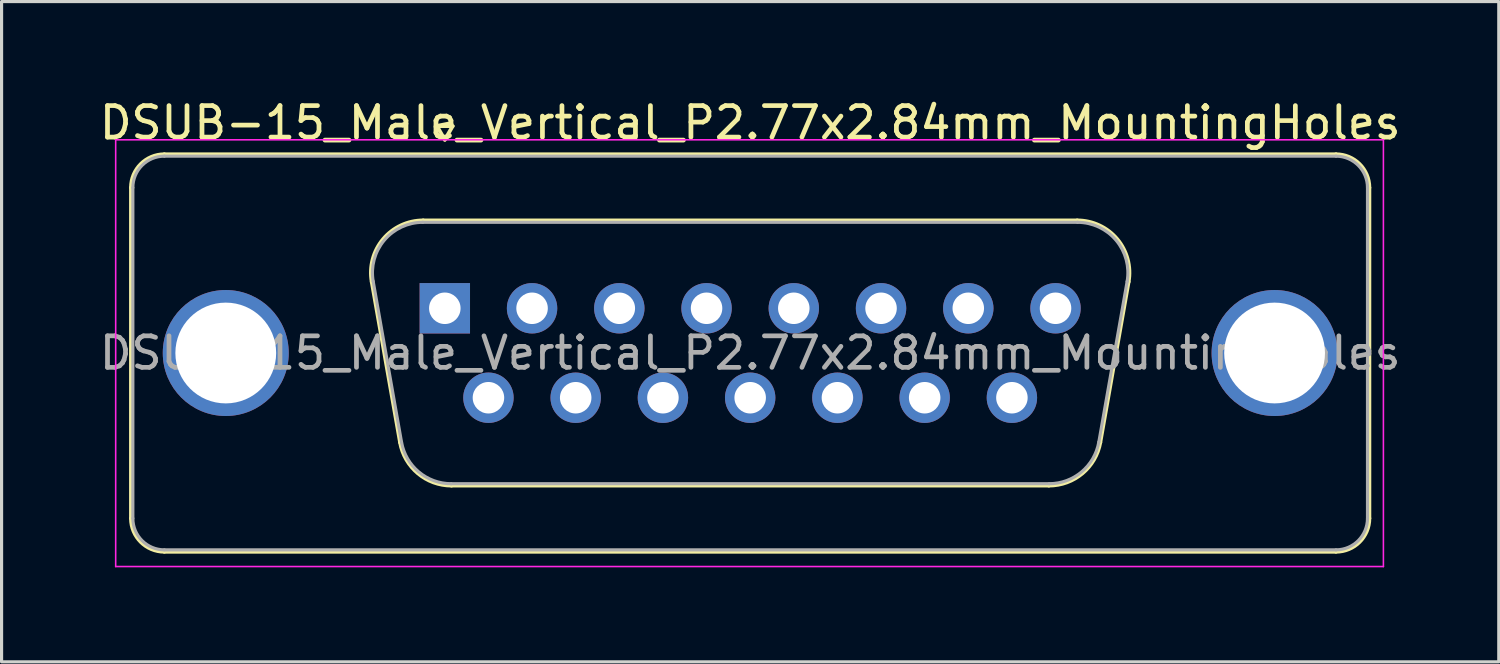
<source format=kicad_pcb>
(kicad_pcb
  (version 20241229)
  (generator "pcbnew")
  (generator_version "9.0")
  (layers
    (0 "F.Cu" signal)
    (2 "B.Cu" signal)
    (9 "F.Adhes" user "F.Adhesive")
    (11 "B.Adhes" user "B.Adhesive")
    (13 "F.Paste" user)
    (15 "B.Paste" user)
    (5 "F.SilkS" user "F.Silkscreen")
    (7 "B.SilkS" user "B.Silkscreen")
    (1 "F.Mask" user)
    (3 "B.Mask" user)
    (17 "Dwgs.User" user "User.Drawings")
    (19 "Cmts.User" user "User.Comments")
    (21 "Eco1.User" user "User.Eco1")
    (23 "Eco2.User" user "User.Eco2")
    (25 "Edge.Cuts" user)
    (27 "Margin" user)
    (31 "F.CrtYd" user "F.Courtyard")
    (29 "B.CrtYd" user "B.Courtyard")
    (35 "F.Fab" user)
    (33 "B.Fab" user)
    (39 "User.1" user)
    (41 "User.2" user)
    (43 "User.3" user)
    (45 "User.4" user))
  (footprint "DSUB-15_Male_Vertical_P2.77x2.84mm_MountingHoles"
    (layer "F.Cu")
    (at 11.073 6.738)
    (property "Reference" "DSUB-15_Male_Vertical_P2.77x2.84mm_MountingHoles" (at 9.695 -5.89 0) (layer "F.SilkS") (effects (font (size 1 1) (thickness 0.15))))
    (attr through_hole)
    (fp_line (start -9.965 6.67) (end -9.965 -3.83) (stroke (width 0.12) (type solid)) (layer "F.SilkS"))
    (fp_line (start -8.905 -4.89) (end 28.295 -4.89) (stroke (width 0.12) (type solid)) (layer "F.SilkS"))
    (fp_line (start -2.321 -0.842) (end -1.422 4.258) (stroke (width 0.12) (type solid)) (layer "F.SilkS"))
    (fp_line (start -0.687 -2.79) (end 20.077 -2.79) (stroke (width 0.12) (type solid)) (layer "F.SilkS"))
    (fp_line (start -0.25 -5.784) (end 0.25 -5.784) (stroke (width 0.12) (type solid)) (layer "F.SilkS"))
    (fp_line (start 0 -5.351) (end -0.25 -5.784) (stroke (width 0.12) (type solid)) (layer "F.SilkS"))
    (fp_line (start 0.213 5.63) (end 19.177 5.63) (stroke (width 0.12) (type solid)) (layer "F.SilkS"))
    (fp_line (start 0.25 -5.784) (end 0 -5.351) (stroke (width 0.12) (type solid)) (layer "F.SilkS"))
    (fp_line (start 21.711 -0.842) (end 20.812 4.258) (stroke (width 0.12) (type solid)) (layer "F.SilkS"))
    (fp_line (start 28.295 7.73) (end -8.905 7.73) (stroke (width 0.12) (type solid)) (layer "F.SilkS"))
    (fp_line (start 29.355 -3.83) (end 29.355 6.67) (stroke (width 0.12) (type solid)) (layer "F.SilkS"))
    (fp_arc (start -9.965 -3.83) (mid -9.654533 -4.579533) (end -8.905 -4.89) (stroke (width 0.12) (type solid)) (layer "F.SilkS"))
    (fp_arc (start -8.905 7.73) (mid -9.654533 7.419533) (end -9.965 6.67) (stroke (width 0.12) (type solid)) (layer "F.SilkS"))
    (fp_arc (start -2.32147 -0.841744) (mid -1.958323 -2.197028) (end -0.686689 -2.79) (stroke (width 0.12) (type solid)) (layer "F.SilkS"))
    (fp_arc (start 0.212579 5.63) (mid -0.854448 5.241634) (end -1.422202 4.258256) (stroke (width 0.12) (type solid)) (layer "F.SilkS"))
    (fp_arc (start 20.076689 -2.79) (mid 21.348323 -2.197027) (end 21.71147 -0.841744) (stroke (width 0.12) (type solid)) (layer "F.SilkS"))
    (fp_arc (start 20.812202 4.258256) (mid 20.244449 5.241634) (end 19.177421 5.63) (stroke (width 0.12) (type solid)) (layer "F.SilkS"))
    (fp_arc (start 28.295 -4.89) (mid 29.044533 -4.579533) (end 29.355 -3.83) (stroke (width 0.12) (type solid)) (layer "F.SilkS"))
    (fp_arc (start 29.355 6.67) (mid 29.044533 7.419533) (end 28.295 7.73) (stroke (width 0.12) (type solid)) (layer "F.SilkS"))
    (fp_line (start -10.45 -5.35) (end -10.45 8.2) (stroke (width 0.05) (type solid)) (layer "F.CrtYd"))
    (fp_line (start -10.45 8.2) (end 29.8 8.2) (stroke (width 0.05) (type solid)) (layer "F.CrtYd"))
    (fp_line (start 29.8 -5.35) (end -10.45 -5.35) (stroke (width 0.05) (type solid)) (layer "F.CrtYd"))
    (fp_line (start 29.8 8.2) (end 29.8 -5.35) (stroke (width 0.05) (type solid)) (layer "F.CrtYd"))
    (fp_line (start -9.905 6.67) (end -9.905 -3.83) (stroke (width 0.1) (type solid)) (layer "F.Fab"))
    (fp_line (start -8.905 -4.83) (end 28.295 -4.83) (stroke (width 0.1) (type solid)) (layer "F.Fab"))
    (fp_line (start -2.274 -0.852) (end -1.375 4.248) (stroke (width 0.1) (type solid)) (layer "F.Fab"))
    (fp_line (start -0.698 -2.73) (end 20.088 -2.73) (stroke (width 0.1) (type solid)) (layer "F.Fab"))
    (fp_line (start 0.201 5.57) (end 19.189 5.57) (stroke (width 0.1) (type solid)) (layer "F.Fab"))
    (fp_line (start 21.664 -0.852) (end 20.765 4.248) (stroke (width 0.1) (type solid)) (layer "F.Fab"))
    (fp_line (start 28.295 7.67) (end -8.905 7.67) (stroke (width 0.1) (type solid)) (layer "F.Fab"))
    (fp_line (start 29.295 -3.83) (end 29.295 6.67) (stroke (width 0.1) (type solid)) (layer "F.Fab"))
    (fp_arc (start -9.905 -3.83) (mid -9.612107 -4.537107) (end -8.905 -4.83) (stroke (width 0.1) (type solid)) (layer "F.Fab"))
    (fp_arc (start -8.905 7.67) (mid -9.612107 7.377107) (end -9.905 6.67) (stroke (width 0.1) (type solid)) (layer "F.Fab"))
    (fp_arc (start -2.273886 -0.852163) (mid -1.923865 -2.15846) (end -0.698194 -2.73) (stroke (width 0.1) (type solid)) (layer "F.Fab"))
    (fp_arc (start 0.201073 5.57) (mid -0.827387 5.195671) (end -1.374619 4.247837) (stroke (width 0.1) (type solid)) (layer "F.Fab"))
    (fp_arc (start 20.088194 -2.73) (mid 21.313865 -2.15846) (end 21.663886 -0.852163) (stroke (width 0.1) (type solid)) (layer "F.Fab"))
    (fp_arc (start 20.764619 4.247837) (mid 20.217387 5.195671) (end 19.188927 5.57) (stroke (width 0.1) (type solid)) (layer "F.Fab"))
    (fp_arc (start 28.295 -4.83) (mid 29.002107 -4.537107) (end 29.295 -3.83) (stroke (width 0.1) (type solid)) (layer "F.Fab"))
    (fp_arc (start 29.295 6.67) (mid 29.002107 7.377107) (end 28.295 7.67) (stroke (width 0.1) (type solid)) (layer "F.Fab"))
    (fp_text user "${REFERENCE}" (at 9.695 1.42 0) (layer "F.Fab") (effects (font (size 1 1) (thickness 0.15))))
    (pad "0" thru_hole circle (at -6.955 1.42) (size 4 4) (drill 3.2) (layers "*.Cu" "*.Mask"))
    (pad "0" thru_hole circle (at 26.345 1.42) (size 4 4) (drill 3.2) (layers "*.Cu" "*.Mask"))
    (pad "1" thru_hole rect (at 0 0) (size 1.6 1.6) (drill 1) (layers "*.Cu" "*.Mask"))
    (pad "2" thru_hole circle (at 2.77 0) (size 1.6 1.6) (drill 1) (layers "*.Cu" "*.Mask"))
    (pad "3" thru_hole circle (at 5.54 0) (size 1.6 1.6) (drill 1) (layers "*.Cu" "*.Mask"))
    (pad "4" thru_hole circle (at 8.31 0) (size 1.6 1.6) (drill 1) (layers "*.Cu" "*.Mask"))
    (pad "5" thru_hole circle (at 11.08 0) (size 1.6 1.6) (drill 1) (layers "*.Cu" "*.Mask"))
    (pad "6" thru_hole circle (at 13.85 0) (size 1.6 1.6) (drill 1) (layers "*.Cu" "*.Mask"))
    (pad "7" thru_hole circle (at 16.62 0) (size 1.6 1.6) (drill 1) (layers "*.Cu" "*.Mask"))
    (pad "8" thru_hole circle (at 19.39 0) (size 1.6 1.6) (drill 1) (layers "*.Cu" "*.Mask"))
    (pad "9" thru_hole circle (at 1.385 2.84) (size 1.6 1.6) (drill 1) (layers "*.Cu" "*.Mask"))
    (pad "10" thru_hole circle (at 4.155 2.84) (size 1.6 1.6) (drill 1) (layers "*.Cu" "*.Mask"))
    (pad "11" thru_hole circle (at 6.925 2.84) (size 1.6 1.6) (drill 1) (layers "*.Cu" "*.Mask"))
    (pad "12" thru_hole circle (at 9.695 2.84) (size 1.6 1.6) (drill 1) (layers "*.Cu" "*.Mask"))
    (pad "13" thru_hole circle (at 12.465 2.84) (size 1.6 1.6) (drill 1) (layers "*.Cu" "*.Mask"))
    (pad "14" thru_hole circle (at 15.235 2.84) (size 1.6 1.6) (drill 1) (layers "*.Cu" "*.Mask"))
    (pad "15" thru_hole circle (at 18.005 2.84) (size 1.6 1.6) (drill 1) (layers "*.Cu" "*.Mask")))
  (gr_rect
    (start -3 -3)
    (end 44.536 17.963)
    (stroke (width 0.1) (type default))
    (fill no)
    (layer "Edge.Cuts")))
</source>
